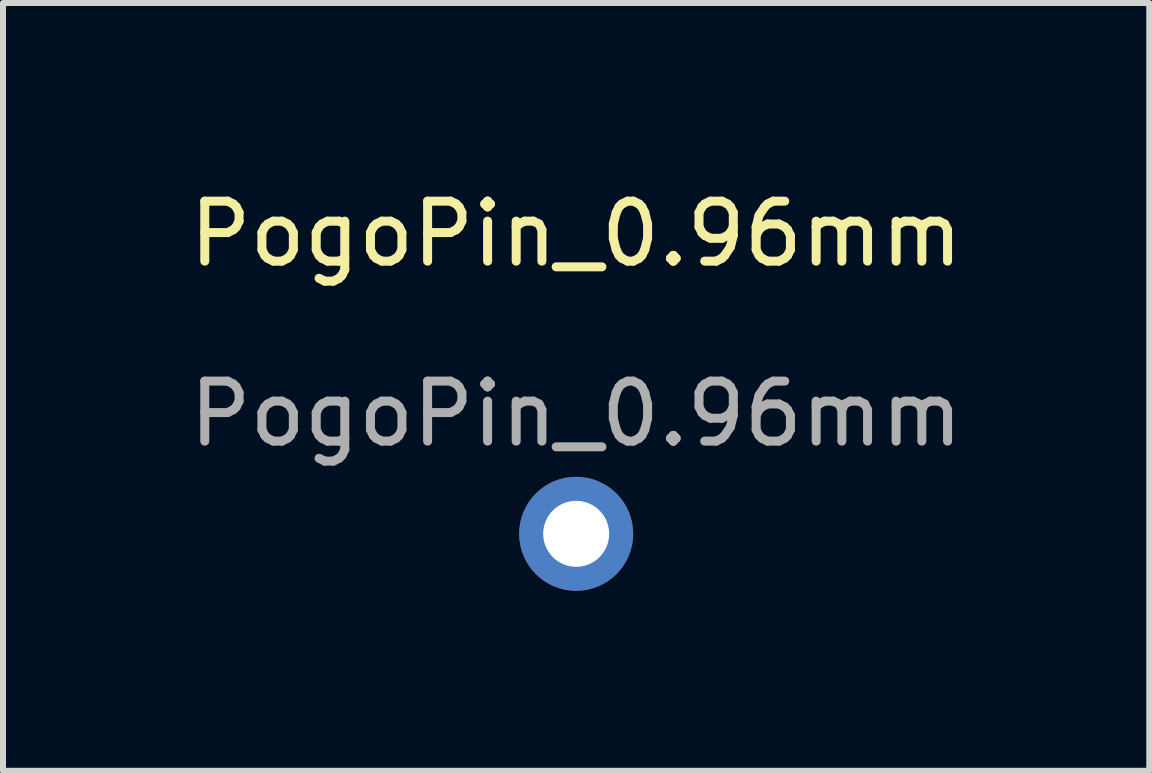
<source format=kicad_pcb>
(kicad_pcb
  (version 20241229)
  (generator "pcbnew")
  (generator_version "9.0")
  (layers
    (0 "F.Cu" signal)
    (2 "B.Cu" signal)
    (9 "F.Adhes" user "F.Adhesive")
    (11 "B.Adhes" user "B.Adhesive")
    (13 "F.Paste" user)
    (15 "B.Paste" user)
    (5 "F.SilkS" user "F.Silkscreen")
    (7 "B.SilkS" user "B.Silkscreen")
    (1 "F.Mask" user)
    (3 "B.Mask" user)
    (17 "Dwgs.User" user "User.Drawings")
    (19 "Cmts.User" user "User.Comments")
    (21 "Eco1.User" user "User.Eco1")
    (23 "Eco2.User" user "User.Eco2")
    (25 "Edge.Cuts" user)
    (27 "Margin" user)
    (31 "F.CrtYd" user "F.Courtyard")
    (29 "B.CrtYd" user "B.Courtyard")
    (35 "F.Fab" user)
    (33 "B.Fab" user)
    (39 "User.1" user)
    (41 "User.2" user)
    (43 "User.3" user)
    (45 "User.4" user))
  (footprint "PogoPin_0.96mm"
    (layer "F.Cu")
    (at 6.554 5.848)
    (property "Reference" "PogoPin_0.96mm" (at 0 -5 0) (unlocked yes) (layer "F.SilkS") (effects (font (size 1 1) (thickness 0.15))))
    (attr through_hole)
    (fp_text user "${REFERENCE}" (at 0 -2 0) (unlocked yes) (layer "F.Fab") (effects (font (size 1 1) (thickness 0.15))))
    (pad "1" thru_hole circle (at 0 0) (size 1.9 1.9) (drill 1.1) (layers "*.Cu" "*.Mask")))
  (gr_rect
    (start -3 -3)
    (end 16.107 9.798)
    (stroke (width 0.1) (type default))
    (fill no)
    (layer "Edge.Cuts")))
</source>
